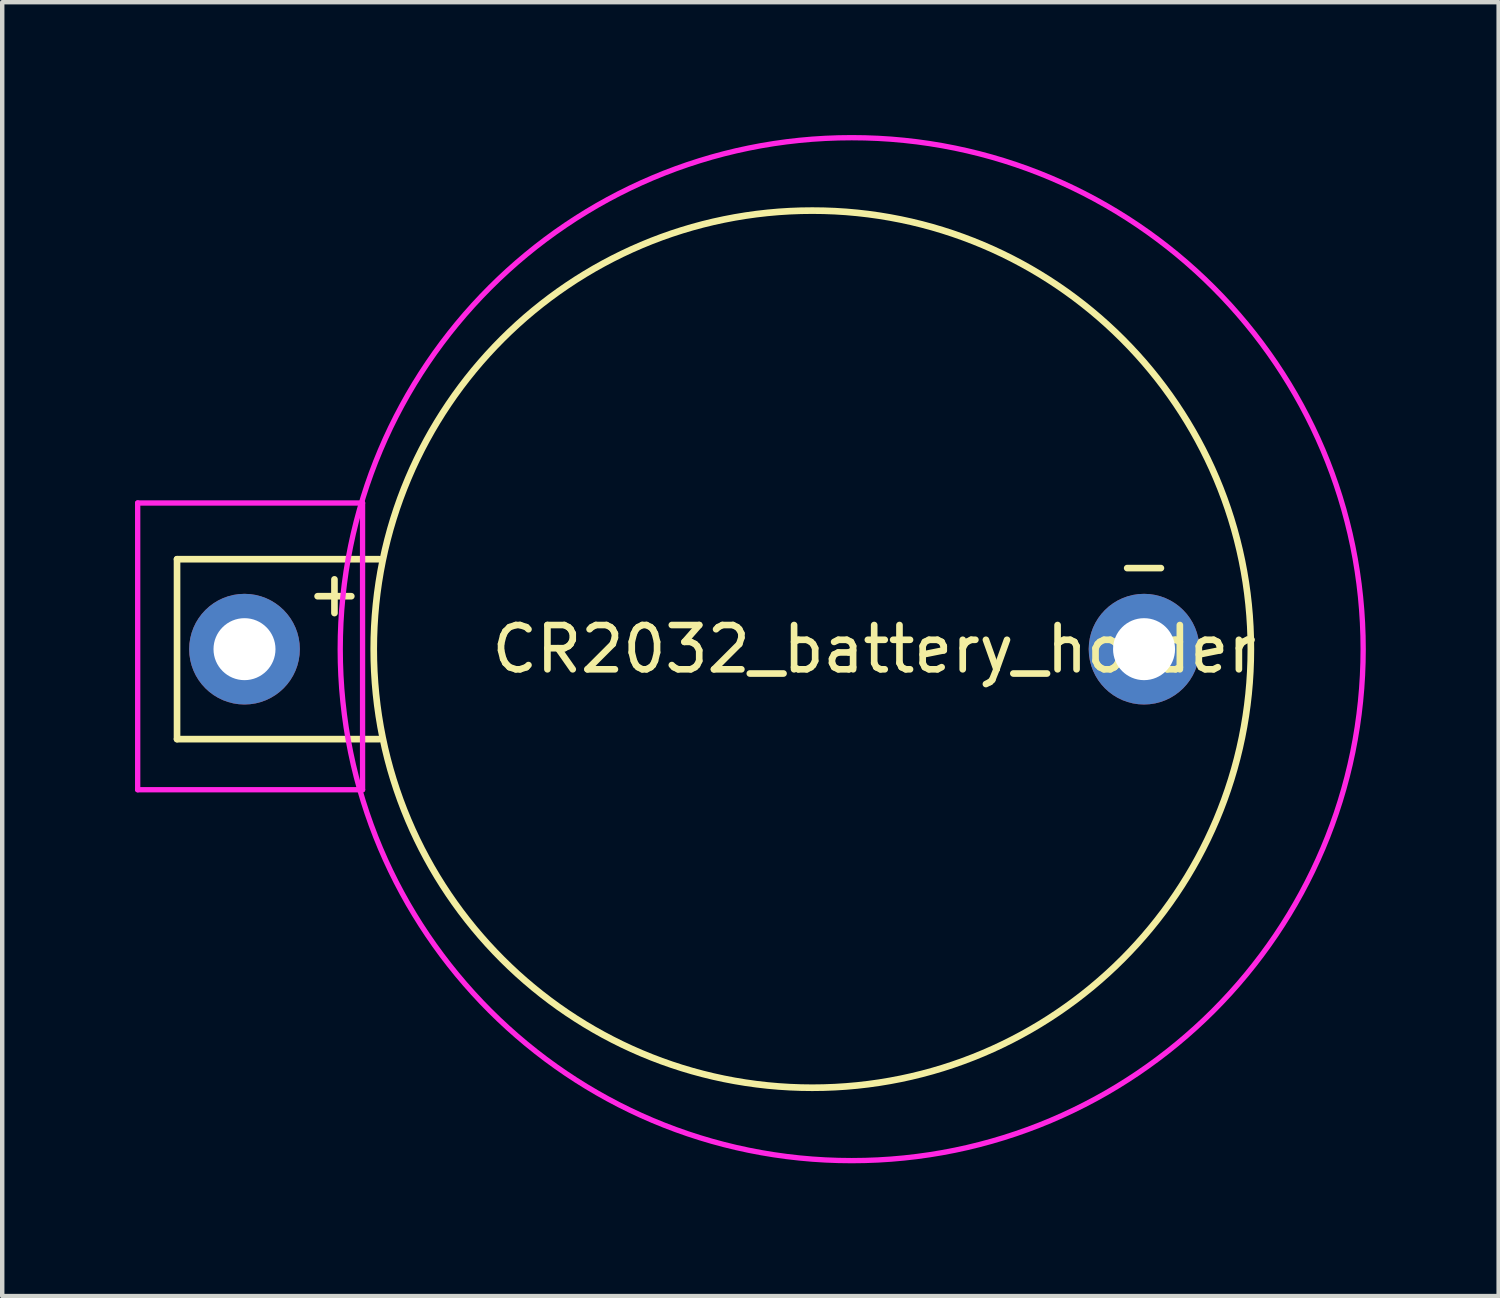
<source format=kicad_pcb>
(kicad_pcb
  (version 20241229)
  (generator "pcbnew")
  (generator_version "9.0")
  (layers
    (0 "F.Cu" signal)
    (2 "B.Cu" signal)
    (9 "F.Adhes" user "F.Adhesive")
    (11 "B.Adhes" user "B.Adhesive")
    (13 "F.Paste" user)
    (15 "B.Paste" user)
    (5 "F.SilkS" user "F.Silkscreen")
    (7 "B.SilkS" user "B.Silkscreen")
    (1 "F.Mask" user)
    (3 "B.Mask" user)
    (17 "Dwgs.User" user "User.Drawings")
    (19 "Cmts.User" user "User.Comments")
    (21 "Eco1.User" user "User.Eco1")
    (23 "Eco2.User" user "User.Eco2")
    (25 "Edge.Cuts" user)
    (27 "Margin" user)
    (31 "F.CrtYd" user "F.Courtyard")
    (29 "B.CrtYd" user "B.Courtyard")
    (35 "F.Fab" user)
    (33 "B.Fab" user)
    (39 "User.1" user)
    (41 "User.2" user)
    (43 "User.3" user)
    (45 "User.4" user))
  (footprint "CR2032_battery_holder"
    (layer "F.Cu")
    (at 2.473 11.614)
    (property "Reference" "CR2032_battery_holder" (at 14.224 0 0) (layer "F.SilkS") (effects (font (size 1 1) (thickness 0.15))))
    (attr through_hole)
    (fp_line (start -1.524 -2.032) (end -1.524 2.032) (stroke (width 0.15) (type solid)) (layer "F.SilkS"))
    (fp_line (start -1.524 -2.032) (end 3.048 -2.032) (stroke (width 0.15) (type solid)) (layer "F.SilkS"))
    (fp_line (start -1.524 2.032) (end 3.048 2.032) (stroke (width 0.15) (type solid)) (layer "F.SilkS"))
    (fp_circle (center 12.826 0) (end 22.732 0.127) (stroke (width 0.15) (type solid)) (fill no) (layer "F.SilkS"))
    (fp_line (start -2.413 -3.302) (end -2.413 3.175) (stroke (width 0.12) (type solid)) (layer "F.CrtYd"))
    (fp_line (start -2.413 3.175) (end 2.667 3.175) (stroke (width 0.12) (type solid)) (layer "F.CrtYd"))
    (fp_line (start 2.667 -3.302) (end -2.413 -3.302) (stroke (width 0.12) (type solid)) (layer "F.CrtYd"))
    (fp_line (start 2.667 -3.302) (end 2.667 3.175) (stroke (width 0.12) (type solid)) (layer "F.CrtYd"))
    (fp_circle (center 13.716 0) (end 23.368 6.35) (stroke (width 0.12) (type solid)) (fill no) (layer "F.CrtYd"))
    (fp_text user "-" (at 20.32 -1.905 0) (layer "F.SilkS") (effects (font (size 1 1) (thickness 0.15))))
    (fp_text user "+" (at 2.032 -1.27 0) (layer "F.SilkS") (effects (font (size 1 1) (thickness 0.15))))
    (pad "1" thru_hole circle (at 0 0) (size 2.5 2.5) (drill 1.4) (layers "*.Cu" "*.Mask"))
    (pad "2" thru_hole circle (at 20.32 0) (size 2.5 2.5) (drill 1.4) (layers "*.Cu" "*.Mask")))
  (gr_rect
    (start -3 -3)
    (end 30.803 26.227)
    (stroke (width 0.1) (type default))
    (fill no)
    (layer "Edge.Cuts")))
</source>
